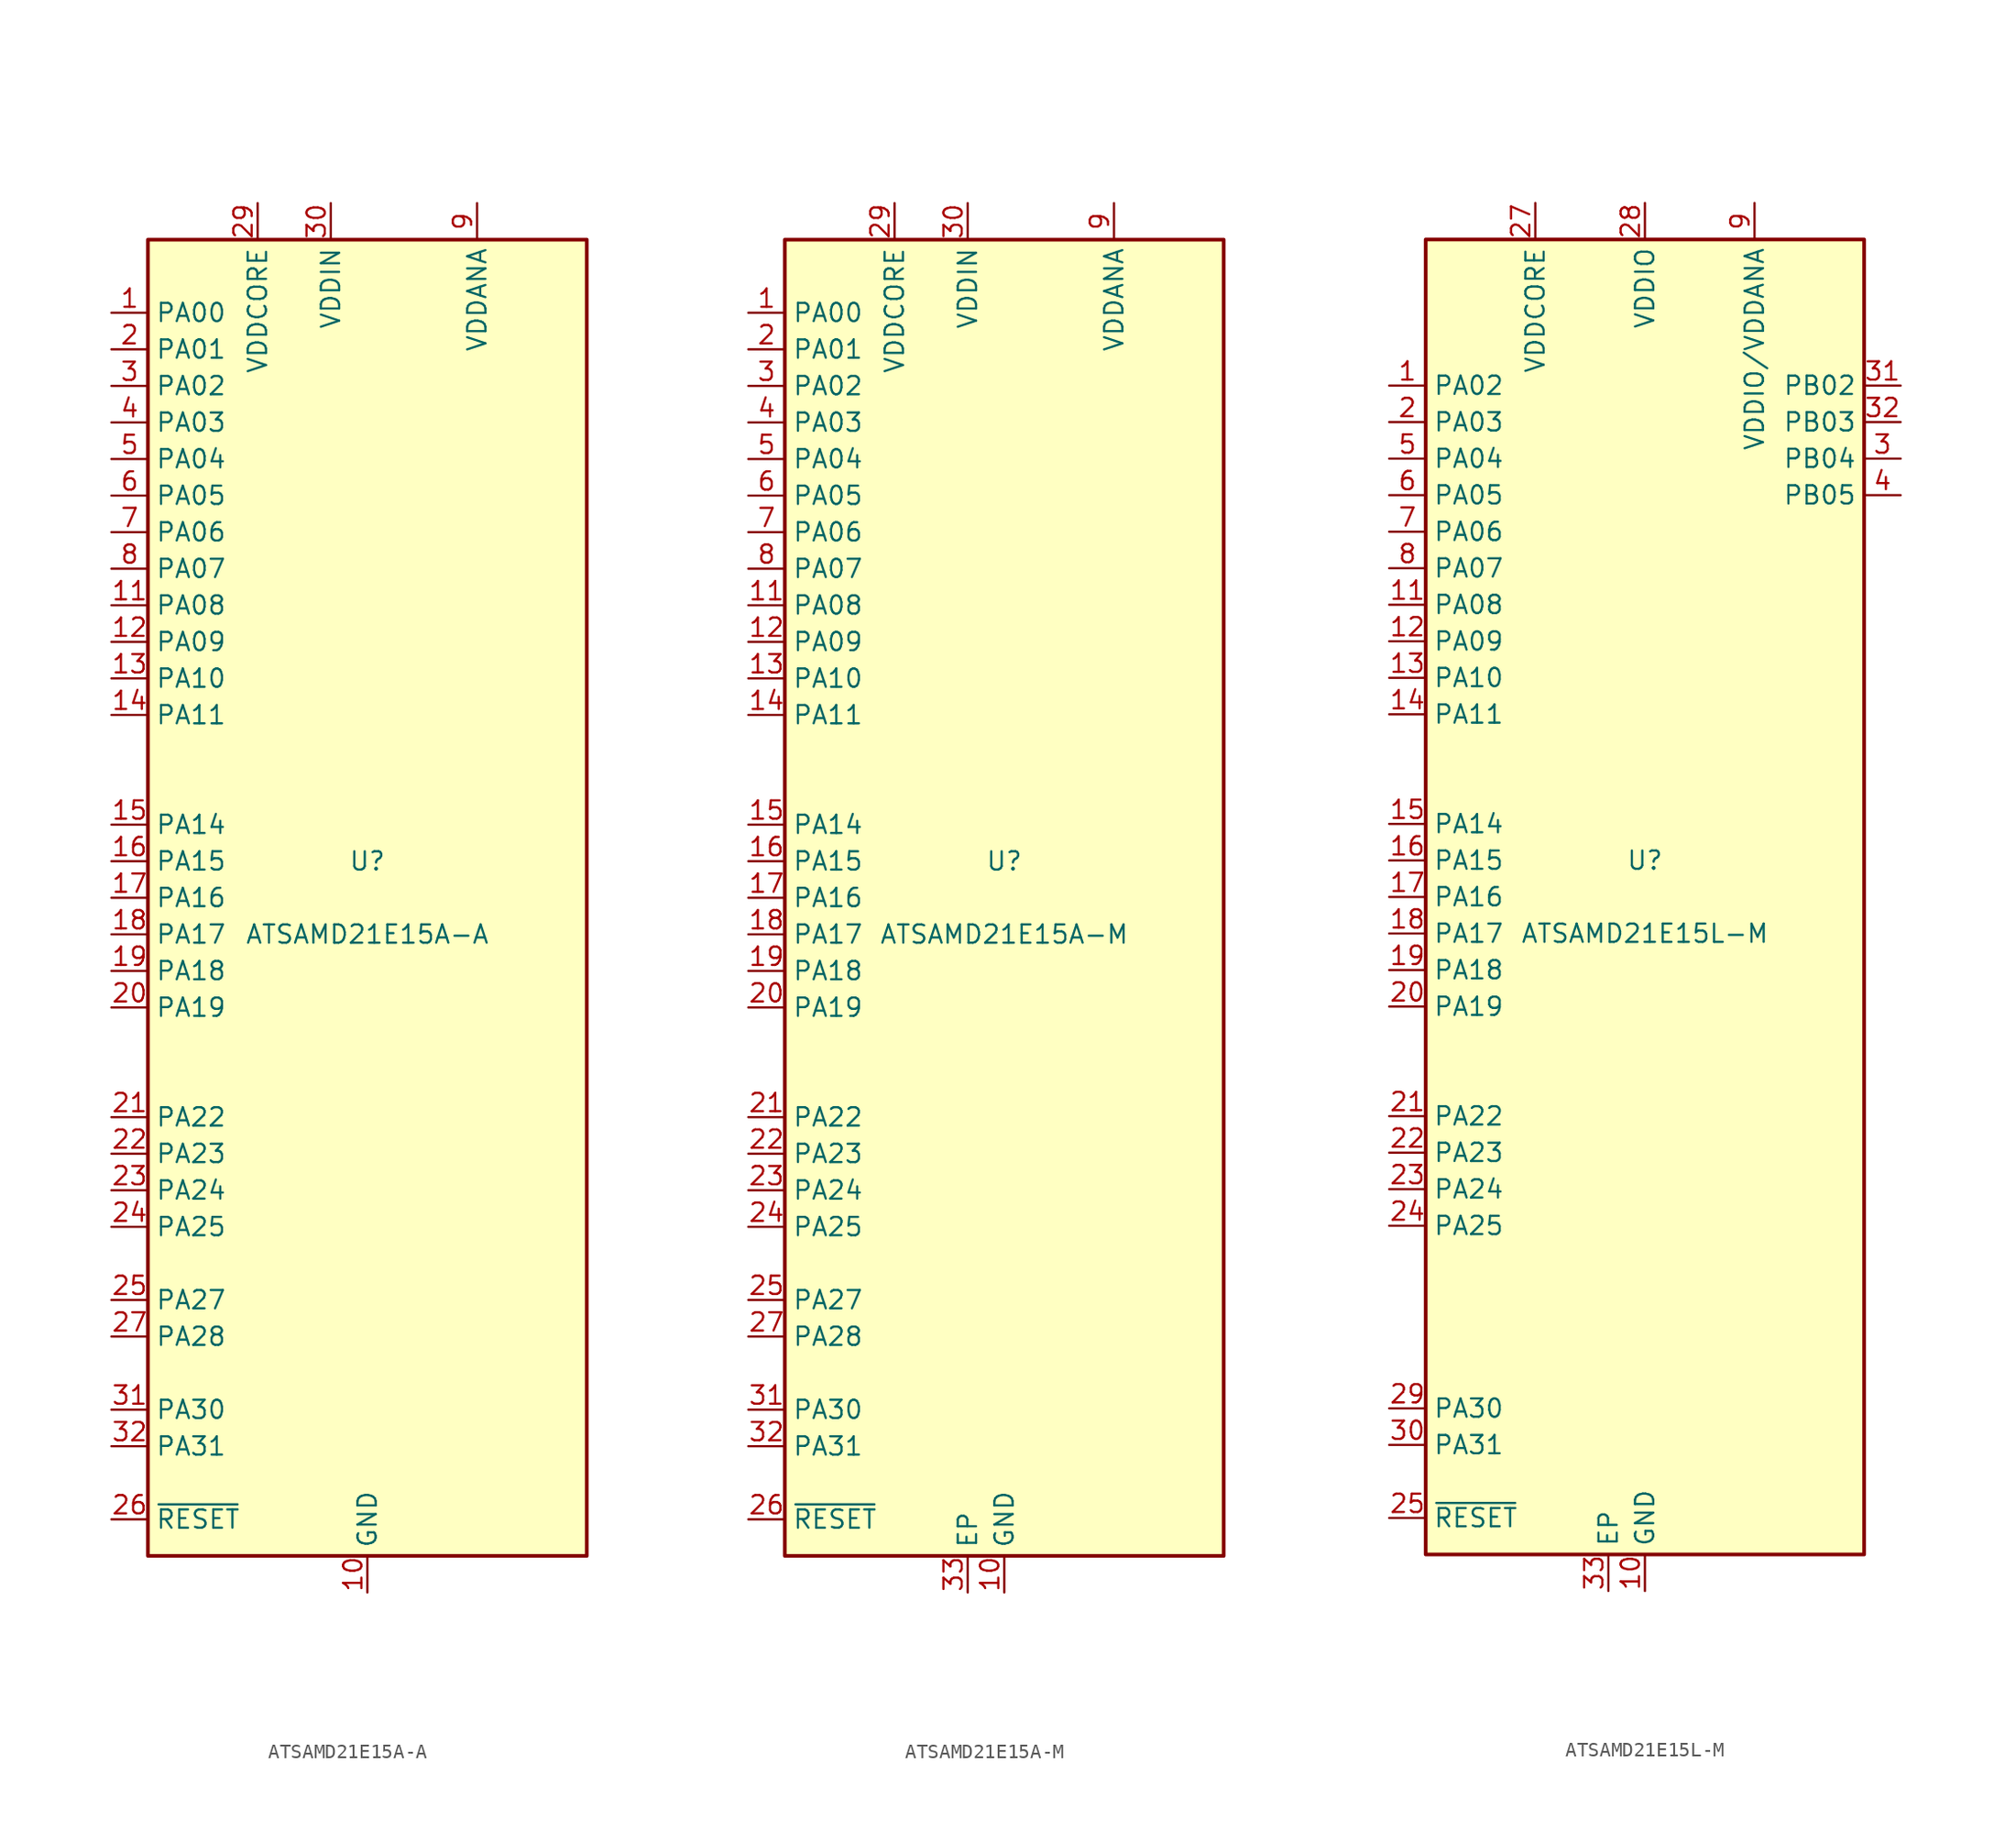
<source format=kicad_sym>
(kicad_symbol_lib
  (version 20241209)
  (generator "kicad_symbol_editor")
  (generator_version "9.0")
  (symbol "ATSAMD21E15A-A"
    (property "Reference" "U"
      (at 0 2.54 0)
      (effects (font (size 1.27 1.27))))
    (property "Value" "ATSAMD21E15A-A"
      (at 0 -2.54 0)
      (effects (font (size 1.27 1.27))))
    (symbol "ATSAMD21E15A-A_1_1"
      (rectangle (start -15.24 45.72) (end 15.24 -45.72) (stroke (width 0.254) (type default)) (fill (type background)))
      (pin bidirectional line (at -17.78 40.64 0) (length 2.54) (name "PA00" (effects (font (size 1.27 1.27)))) (number "1" (effects (font (size 1.27 1.27)))))
      (pin bidirectional line (at -17.78 38.1 0) (length 2.54) (name "PA01" (effects (font (size 1.27 1.27)))) (number "2" (effects (font (size 1.27 1.27)))))
      (pin bidirectional line (at -17.78 35.56 0) (length 2.54) (name "PA02" (effects (font (size 1.27 1.27)))) (number "3" (effects (font (size 1.27 1.27)))))
      (pin bidirectional line (at -17.78 33.02 0) (length 2.54) (name "PA03" (effects (font (size 1.27 1.27)))) (number "4" (effects (font (size 1.27 1.27)))))
      (pin bidirectional line (at -17.78 30.48 0) (length 2.54) (name "PA04" (effects (font (size 1.27 1.27)))) (number "5" (effects (font (size 1.27 1.27)))))
      (pin bidirectional line (at -17.78 27.94 0) (length 2.54) (name "PA05" (effects (font (size 1.27 1.27)))) (number "6" (effects (font (size 1.27 1.27)))))
      (pin bidirectional line (at -17.78 25.4 0) (length 2.54) (name "PA06" (effects (font (size 1.27 1.27)))) (number "7" (effects (font (size 1.27 1.27)))))
      (pin bidirectional line (at -17.78 22.86 0) (length 2.54) (name "PA07" (effects (font (size 1.27 1.27)))) (number "8" (effects (font (size 1.27 1.27)))))
      (pin bidirectional line (at -17.78 20.32 0) (length 2.54) (name "PA08" (effects (font (size 1.27 1.27)))) (number "11" (effects (font (size 1.27 1.27)))))
      (pin bidirectional line (at -17.78 17.78 0) (length 2.54) (name "PA09" (effects (font (size 1.27 1.27)))) (number "12" (effects (font (size 1.27 1.27)))))
      (pin bidirectional line (at -17.78 15.24 0) (length 2.54) (name "PA10" (effects (font (size 1.27 1.27)))) (number "13" (effects (font (size 1.27 1.27)))))
      (pin bidirectional line (at -17.78 12.7 0) (length 2.54) (name "PA11" (effects (font (size 1.27 1.27)))) (number "14" (effects (font (size 1.27 1.27)))))
      (pin bidirectional line (at -17.78 5.08 0) (length 2.54) (name "PA14" (effects (font (size 1.27 1.27)))) (number "15" (effects (font (size 1.27 1.27)))))
      (pin bidirectional line (at -17.78 2.54 0) (length 2.54) (name "PA15" (effects (font (size 1.27 1.27)))) (number "16" (effects (font (size 1.27 1.27)))))
      (pin bidirectional line (at -17.78 0 0) (length 2.54) (name "PA16" (effects (font (size 1.27 1.27)))) (number "17" (effects (font (size 1.27 1.27)))))
      (pin bidirectional line (at -17.78 -2.54 0) (length 2.54) (name "PA17" (effects (font (size 1.27 1.27)))) (number "18" (effects (font (size 1.27 1.27)))))
      (pin bidirectional line (at -17.78 -5.08 0) (length 2.54) (name "PA18" (effects (font (size 1.27 1.27)))) (number "19" (effects (font (size 1.27 1.27)))))
      (pin bidirectional line (at -17.78 -7.62 0) (length 2.54) (name "PA19" (effects (font (size 1.27 1.27)))) (number "20" (effects (font (size 1.27 1.27)))))
      (pin bidirectional line (at -17.78 -15.24 0) (length 2.54) (name "PA22" (effects (font (size 1.27 1.27)))) (number "21" (effects (font (size 1.27 1.27)))))
      (pin bidirectional line (at -17.78 -17.78 0) (length 2.54) (name "PA23" (effects (font (size 1.27 1.27)))) (number "22" (effects (font (size 1.27 1.27)))))
      (pin bidirectional line (at -17.78 -20.32 0) (length 2.54) (name "PA24" (effects (font (size 1.27 1.27)))) (number "23" (effects (font (size 1.27 1.27)))))
      (pin bidirectional line (at -17.78 -22.86 0) (length 2.54) (name "PA25" (effects (font (size 1.27 1.27)))) (number "24" (effects (font (size 1.27 1.27)))))
      (pin bidirectional line (at -17.78 -27.94 0) (length 2.54) (name "PA27" (effects (font (size 1.27 1.27)))) (number "25" (effects (font (size 1.27 1.27)))))
      (pin bidirectional line (at -17.78 -30.48 0) (length 2.54) (name "PA28" (effects (font (size 1.27 1.27)))) (number "27" (effects (font (size 1.27 1.27)))))
      (pin bidirectional line (at -17.78 -35.56 0) (length 2.54) (name "PA30" (effects (font (size 1.27 1.27)))) (number "31" (effects (font (size 1.27 1.27)))))
      (pin bidirectional line (at -17.78 -38.1 0) (length 2.54) (name "PA31" (effects (font (size 1.27 1.27)))) (number "32" (effects (font (size 1.27 1.27)))))
      (pin input line (at -17.78 -43.18 0) (length 2.54) (name "~{RESET}" (effects (font (size 1.27 1.27)))) (number "26" (effects (font (size 1.27 1.27)))))
      (pin power_out line (at -7.62 48.26 270) (length 2.54) (name "VDDCORE" (effects (font (size 1.27 1.27)))) (number "29" (effects (font (size 1.27 1.27)))))
      (pin power_in line (at -2.54 48.26 270) (length 2.54) (name "VDDIN" (effects (font (size 1.27 1.27)))) (number "30" (effects (font (size 1.27 1.27)))))
      (pin power_in line (at 0 -48.26 90) (length 2.54) (name "GND" (effects (font (size 1.27 1.27)))) (number "10" (effects (font (size 1.27 1.27)))))
      (pin passive line (at 0 -48.26 90) (length 2.54) (hide yes) (name "GND" (effects (font (size 1.27 1.27)))) (number "28" (effects (font (size 1.27 1.27)))))
      (pin power_in line (at 7.62 48.26 270) (length 2.54) (name "VDDANA" (effects (font (size 1.27 1.27)))) (number "9" (effects (font (size 1.27 1.27)))))))
  (symbol "ATSAMD21E15A-M"
    (property "Reference" "U"
      (at 0 2.54 0)
      (effects (font (size 1.27 1.27))))
    (property "Value" "ATSAMD21E15A-M"
      (at 0 -2.54 0)
      (effects (font (size 1.27 1.27))))
    (symbol "ATSAMD21E15A-M_1_1"
      (rectangle (start -15.24 45.72) (end 15.24 -45.72) (stroke (width 0.254) (type default)) (fill (type background)))
      (pin bidirectional line (at -17.78 40.64 0) (length 2.54) (name "PA00" (effects (font (size 1.27 1.27)))) (number "1" (effects (font (size 1.27 1.27)))))
      (pin bidirectional line (at -17.78 38.1 0) (length 2.54) (name "PA01" (effects (font (size 1.27 1.27)))) (number "2" (effects (font (size 1.27 1.27)))))
      (pin bidirectional line (at -17.78 35.56 0) (length 2.54) (name "PA02" (effects (font (size 1.27 1.27)))) (number "3" (effects (font (size 1.27 1.27)))))
      (pin bidirectional line (at -17.78 33.02 0) (length 2.54) (name "PA03" (effects (font (size 1.27 1.27)))) (number "4" (effects (font (size 1.27 1.27)))))
      (pin bidirectional line (at -17.78 30.48 0) (length 2.54) (name "PA04" (effects (font (size 1.27 1.27)))) (number "5" (effects (font (size 1.27 1.27)))))
      (pin bidirectional line (at -17.78 27.94 0) (length 2.54) (name "PA05" (effects (font (size 1.27 1.27)))) (number "6" (effects (font (size 1.27 1.27)))))
      (pin bidirectional line (at -17.78 25.4 0) (length 2.54) (name "PA06" (effects (font (size 1.27 1.27)))) (number "7" (effects (font (size 1.27 1.27)))))
      (pin bidirectional line (at -17.78 22.86 0) (length 2.54) (name "PA07" (effects (font (size 1.27 1.27)))) (number "8" (effects (font (size 1.27 1.27)))))
      (pin bidirectional line (at -17.78 20.32 0) (length 2.54) (name "PA08" (effects (font (size 1.27 1.27)))) (number "11" (effects (font (size 1.27 1.27)))))
      (pin bidirectional line (at -17.78 17.78 0) (length 2.54) (name "PA09" (effects (font (size 1.27 1.27)))) (number "12" (effects (font (size 1.27 1.27)))))
      (pin bidirectional line (at -17.78 15.24 0) (length 2.54) (name "PA10" (effects (font (size 1.27 1.27)))) (number "13" (effects (font (size 1.27 1.27)))))
      (pin bidirectional line (at -17.78 12.7 0) (length 2.54) (name "PA11" (effects (font (size 1.27 1.27)))) (number "14" (effects (font (size 1.27 1.27)))))
      (pin bidirectional line (at -17.78 5.08 0) (length 2.54) (name "PA14" (effects (font (size 1.27 1.27)))) (number "15" (effects (font (size 1.27 1.27)))))
      (pin bidirectional line (at -17.78 2.54 0) (length 2.54) (name "PA15" (effects (font (size 1.27 1.27)))) (number "16" (effects (font (size 1.27 1.27)))))
      (pin bidirectional line (at -17.78 0 0) (length 2.54) (name "PA16" (effects (font (size 1.27 1.27)))) (number "17" (effects (font (size 1.27 1.27)))))
      (pin bidirectional line (at -17.78 -2.54 0) (length 2.54) (name "PA17" (effects (font (size 1.27 1.27)))) (number "18" (effects (font (size 1.27 1.27)))))
      (pin bidirectional line (at -17.78 -5.08 0) (length 2.54) (name "PA18" (effects (font (size 1.27 1.27)))) (number "19" (effects (font (size 1.27 1.27)))))
      (pin bidirectional line (at -17.78 -7.62 0) (length 2.54) (name "PA19" (effects (font (size 1.27 1.27)))) (number "20" (effects (font (size 1.27 1.27)))))
      (pin bidirectional line (at -17.78 -15.24 0) (length 2.54) (name "PA22" (effects (font (size 1.27 1.27)))) (number "21" (effects (font (size 1.27 1.27)))))
      (pin bidirectional line (at -17.78 -17.78 0) (length 2.54) (name "PA23" (effects (font (size 1.27 1.27)))) (number "22" (effects (font (size 1.27 1.27)))))
      (pin bidirectional line (at -17.78 -20.32 0) (length 2.54) (name "PA24" (effects (font (size 1.27 1.27)))) (number "23" (effects (font (size 1.27 1.27)))))
      (pin bidirectional line (at -17.78 -22.86 0) (length 2.54) (name "PA25" (effects (font (size 1.27 1.27)))) (number "24" (effects (font (size 1.27 1.27)))))
      (pin bidirectional line (at -17.78 -27.94 0) (length 2.54) (name "PA27" (effects (font (size 1.27 1.27)))) (number "25" (effects (font (size 1.27 1.27)))))
      (pin bidirectional line (at -17.78 -30.48 0) (length 2.54) (name "PA28" (effects (font (size 1.27 1.27)))) (number "27" (effects (font (size 1.27 1.27)))))
      (pin bidirectional line (at -17.78 -35.56 0) (length 2.54) (name "PA30" (effects (font (size 1.27 1.27)))) (number "31" (effects (font (size 1.27 1.27)))))
      (pin bidirectional line (at -17.78 -38.1 0) (length 2.54) (name "PA31" (effects (font (size 1.27 1.27)))) (number "32" (effects (font (size 1.27 1.27)))))
      (pin input line (at -17.78 -43.18 0) (length 2.54) (name "~{RESET}" (effects (font (size 1.27 1.27)))) (number "26" (effects (font (size 1.27 1.27)))))
      (pin power_out line (at -7.62 48.26 270) (length 2.54) (name "VDDCORE" (effects (font (size 1.27 1.27)))) (number "29" (effects (font (size 1.27 1.27)))))
      (pin power_in line (at -2.54 48.26 270) (length 2.54) (name "VDDIN" (effects (font (size 1.27 1.27)))) (number "30" (effects (font (size 1.27 1.27)))))
      (pin passive line (at -2.54 -48.26 90) (length 2.54) (name "EP" (effects (font (size 1.27 1.27)))) (number "33" (effects (font (size 1.27 1.27)))))
      (pin power_in line (at 0 -48.26 90) (length 2.54) (name "GND" (effects (font (size 1.27 1.27)))) (number "10" (effects (font (size 1.27 1.27)))))
      (pin passive line (at 0 -48.26 90) (length 2.54) (hide yes) (name "GND" (effects (font (size 1.27 1.27)))) (number "28" (effects (font (size 1.27 1.27)))))
      (pin power_in line (at 7.62 48.26 270) (length 2.54) (name "VDDANA" (effects (font (size 1.27 1.27)))) (number "9" (effects (font (size 1.27 1.27)))))))
  (symbol "ATSAMD21E15L-M"
    (property "Reference" "U"
      (at 0 2.54 0)
      (effects (font (size 1.27 1.27))))
    (property "Value" "ATSAMD21E15L-M"
      (at 0 -2.54 0)
      (effects (font (size 1.27 1.27))))
    (symbol "ATSAMD21E15L-M_1_1"
      (rectangle (start -15.24 45.72) (end 15.24 -45.72) (stroke (width 0.254) (type default)) (fill (type background)))
      (pin bidirectional line (at -17.78 35.56 0) (length 2.54) (name "PA02" (effects (font (size 1.27 1.27)))) (number "1" (effects (font (size 1.27 1.27)))))
      (pin bidirectional line (at -17.78 33.02 0) (length 2.54) (name "PA03" (effects (font (size 1.27 1.27)))) (number "2" (effects (font (size 1.27 1.27)))))
      (pin bidirectional line (at -17.78 30.48 0) (length 2.54) (name "PA04" (effects (font (size 1.27 1.27)))) (number "5" (effects (font (size 1.27 1.27)))))
      (pin bidirectional line (at -17.78 27.94 0) (length 2.54) (name "PA05" (effects (font (size 1.27 1.27)))) (number "6" (effects (font (size 1.27 1.27)))))
      (pin bidirectional line (at -17.78 25.4 0) (length 2.54) (name "PA06" (effects (font (size 1.27 1.27)))) (number "7" (effects (font (size 1.27 1.27)))))
      (pin bidirectional line (at -17.78 22.86 0) (length 2.54) (name "PA07" (effects (font (size 1.27 1.27)))) (number "8" (effects (font (size 1.27 1.27)))))
      (pin bidirectional line (at -17.78 20.32 0) (length 2.54) (name "PA08" (effects (font (size 1.27 1.27)))) (number "11" (effects (font (size 1.27 1.27)))))
      (pin bidirectional line (at -17.78 17.78 0) (length 2.54) (name "PA09" (effects (font (size 1.27 1.27)))) (number "12" (effects (font (size 1.27 1.27)))))
      (pin bidirectional line (at -17.78 15.24 0) (length 2.54) (name "PA10" (effects (font (size 1.27 1.27)))) (number "13" (effects (font (size 1.27 1.27)))))
      (pin bidirectional line (at -17.78 12.7 0) (length 2.54) (name "PA11" (effects (font (size 1.27 1.27)))) (number "14" (effects (font (size 1.27 1.27)))))
      (pin bidirectional line (at -17.78 5.08 0) (length 2.54) (name "PA14" (effects (font (size 1.27 1.27)))) (number "15" (effects (font (size 1.27 1.27)))))
      (pin bidirectional line (at -17.78 2.54 0) (length 2.54) (name "PA15" (effects (font (size 1.27 1.27)))) (number "16" (effects (font (size 1.27 1.27)))))
      (pin bidirectional line (at -17.78 0 0) (length 2.54) (name "PA16" (effects (font (size 1.27 1.27)))) (number "17" (effects (font (size 1.27 1.27)))))
      (pin bidirectional line (at -17.78 -2.54 0) (length 2.54) (name "PA17" (effects (font (size 1.27 1.27)))) (number "18" (effects (font (size 1.27 1.27)))))
      (pin bidirectional line (at -17.78 -5.08 0) (length 2.54) (name "PA18" (effects (font (size 1.27 1.27)))) (number "19" (effects (font (size 1.27 1.27)))))
      (pin bidirectional line (at -17.78 -7.62 0) (length 2.54) (name "PA19" (effects (font (size 1.27 1.27)))) (number "20" (effects (font (size 1.27 1.27)))))
      (pin bidirectional line (at -17.78 -15.24 0) (length 2.54) (name "PA22" (effects (font (size 1.27 1.27)))) (number "21" (effects (font (size 1.27 1.27)))))
      (pin bidirectional line (at -17.78 -17.78 0) (length 2.54) (name "PA23" (effects (font (size 1.27 1.27)))) (number "22" (effects (font (size 1.27 1.27)))))
      (pin bidirectional line (at -17.78 -20.32 0) (length 2.54) (name "PA24" (effects (font (size 1.27 1.27)))) (number "23" (effects (font (size 1.27 1.27)))))
      (pin bidirectional line (at -17.78 -22.86 0) (length 2.54) (name "PA25" (effects (font (size 1.27 1.27)))) (number "24" (effects (font (size 1.27 1.27)))))
      (pin bidirectional line (at -17.78 -35.56 0) (length 2.54) (name "PA30" (effects (font (size 1.27 1.27)))) (number "29" (effects (font (size 1.27 1.27)))))
      (pin bidirectional line (at -17.78 -38.1 0) (length 2.54) (name "PA31" (effects (font (size 1.27 1.27)))) (number "30" (effects (font (size 1.27 1.27)))))
      (pin input line (at -17.78 -43.18 0) (length 2.54) (name "~{RESET}" (effects (font (size 1.27 1.27)))) (number "25" (effects (font (size 1.27 1.27)))))
      (pin power_out line (at -7.62 48.26 270) (length 2.54) (name "VDDCORE" (effects (font (size 1.27 1.27)))) (number "27" (effects (font (size 1.27 1.27)))))
      (pin passive line (at -2.54 -48.26 90) (length 2.54) (name "EP" (effects (font (size 1.27 1.27)))) (number "33" (effects (font (size 1.27 1.27)))))
      (pin power_in line (at 0 48.26 270) (length 2.54) (name "VDDIO" (effects (font (size 1.27 1.27)))) (number "28" (effects (font (size 1.27 1.27)))))
      (pin power_in line (at 0 -48.26 90) (length 2.54) (name "GND" (effects (font (size 1.27 1.27)))) (number "10" (effects (font (size 1.27 1.27)))))
      (pin passive line (at 0 -48.26 90) (length 2.54) (hide yes) (name "GND" (effects (font (size 1.27 1.27)))) (number "26" (effects (font (size 1.27 1.27)))))
      (pin power_in line (at 7.62 48.26 270) (length 2.54) (name "VDDIO/VDDANA" (effects (font (size 1.27 1.27)))) (number "9" (effects (font (size 1.27 1.27)))))
      (pin bidirectional line (at 17.78 35.56 180) (length 2.54) (name "PB02" (effects (font (size 1.27 1.27)))) (number "31" (effects (font (size 1.27 1.27)))))
      (pin bidirectional line (at 17.78 33.02 180) (length 2.54) (name "PB03" (effects (font (size 1.27 1.27)))) (number "32" (effects (font (size 1.27 1.27)))))
      (pin bidirectional line (at 17.78 30.48 180) (length 2.54) (name "PB04" (effects (font (size 1.27 1.27)))) (number "3" (effects (font (size 1.27 1.27)))))
      (pin bidirectional line (at 17.78 27.94 180) (length 2.54) (name "PB05" (effects (font (size 1.27 1.27)))) (number "4" (effects (font (size 1.27 1.27))))))))
</source>
